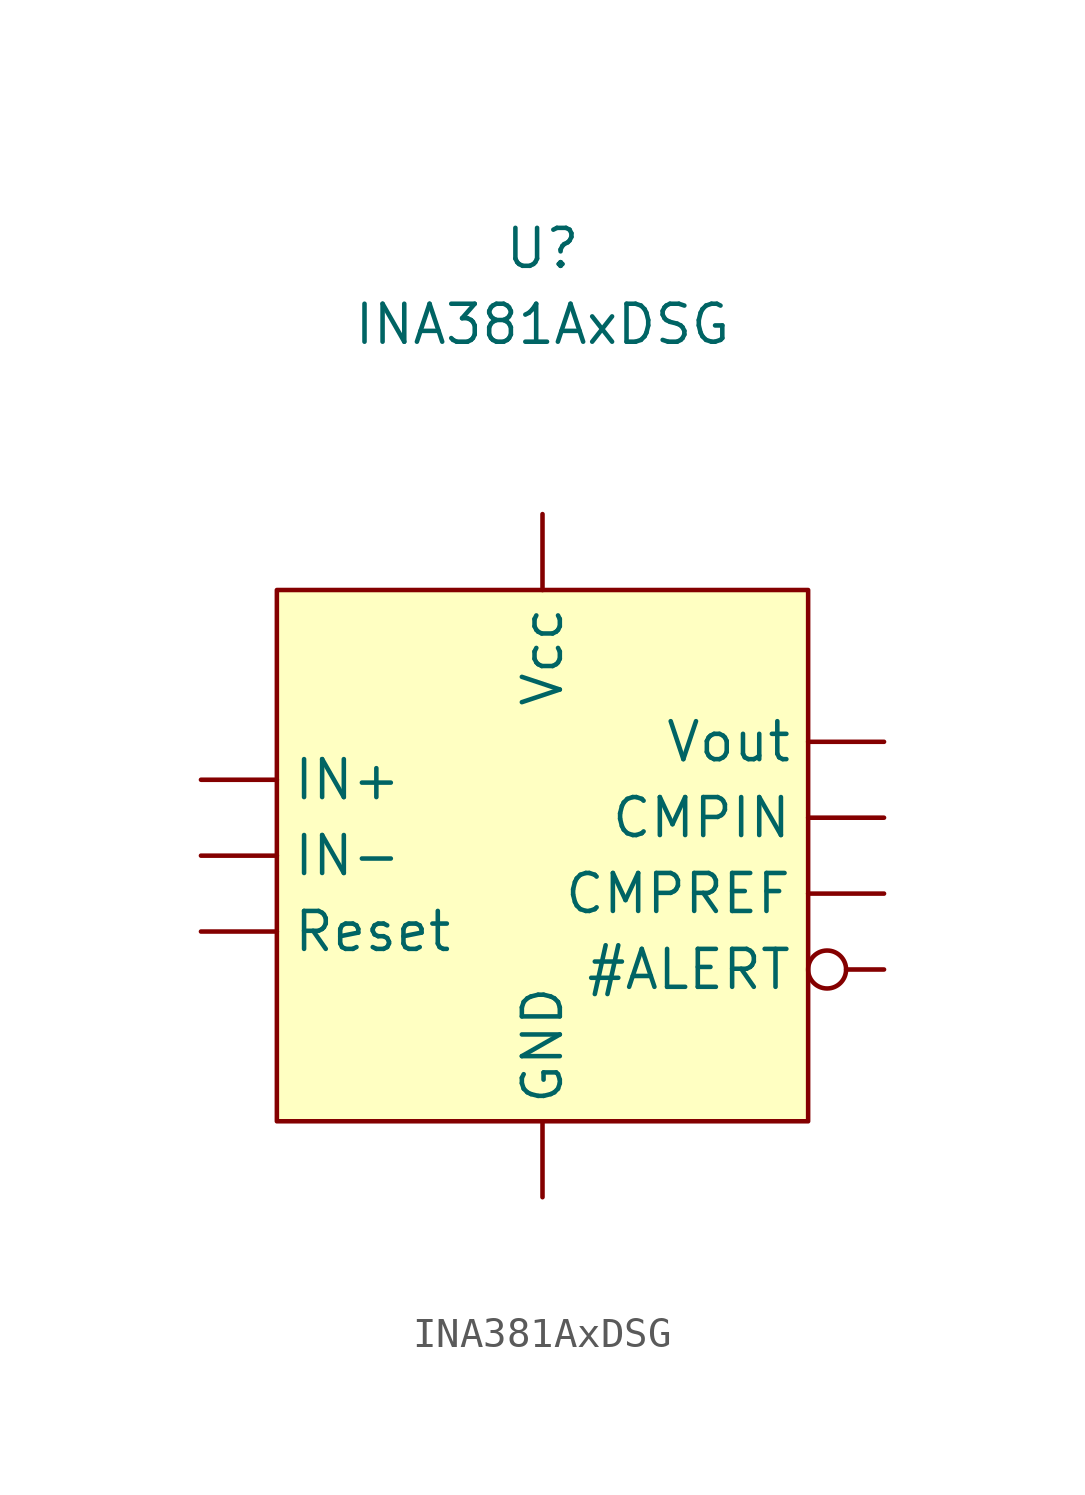
<source format=kicad_sym>
(kicad_symbol_lib
  (version 20211014)
  (generator kicad_symbol_editor)
  (symbol "INA381AxDSG"
    (property "Reference" "U"
      (at 0 2.54 0)
      (effects (font (size 1.27 1.27))))
    (property "Value" "INA381AxDSG"
      (at 0 0 0)
      (effects (font (size 1.27 1.27))))
    (symbol "INA381AxDSG_0_1"
      (rectangle (start -8.89 -8.89) (end 8.89 -26.67) (stroke (width 0.152) (type default) (color 0 0 0 0)) (fill (type background))))
    (symbol "INA381AxDSG_1_1"
      (pin open_collector inverted (at 11.43 -21.59 180) (length 2.54) (name "#ALERT" (effects (font (size 1.27 1.27)))) (number "" (effects (font (size 1.27 1.27)))))
      (pin input line (at 11.43 -16.51 180) (length 2.54) (name "CMPIN" (effects (font (size 1.27 1.27)))) (number "" (effects (font (size 1.27 1.27)))))
      (pin input line (at 11.43 -19.05 180) (length 2.54) (name "CMPREF" (effects (font (size 1.27 1.27)))) (number "" (effects (font (size 1.27 1.27)))))
      (pin power_in line (at 0 -29.21 90) (length 2.54) (name "GND" (effects (font (size 1.27 1.27)))) (number "" (effects (font (size 1.27 1.27)))))
      (pin input line (at -11.43 -15.24 0) (length 2.54) (name "IN+" (effects (font (size 1.27 1.27)))) (number "" (effects (font (size 1.27 1.27)))))
      (pin input line (at -11.43 -17.78 0) (length 2.54) (name "IN-" (effects (font (size 1.27 1.27)))) (number "" (effects (font (size 1.27 1.27)))))
      (pin input line (at -11.43 -20.32 0) (length 2.54) (name "Reset" (effects (font (size 1.27 1.27)))) (number "" (effects (font (size 1.27 1.27)))))
      (pin power_in line (at 0 -6.35 270) (length 2.54) (name "Vcc" (effects (font (size 1.27 1.27)))) (number "" (effects (font (size 1.27 1.27)))))
      (pin output line (at 11.43 -13.97 180) (length 2.54) (name "Vout" (effects (font (size 1.27 1.27)))) (number "" (effects (font (size 1.27 1.27))))))))
</source>
